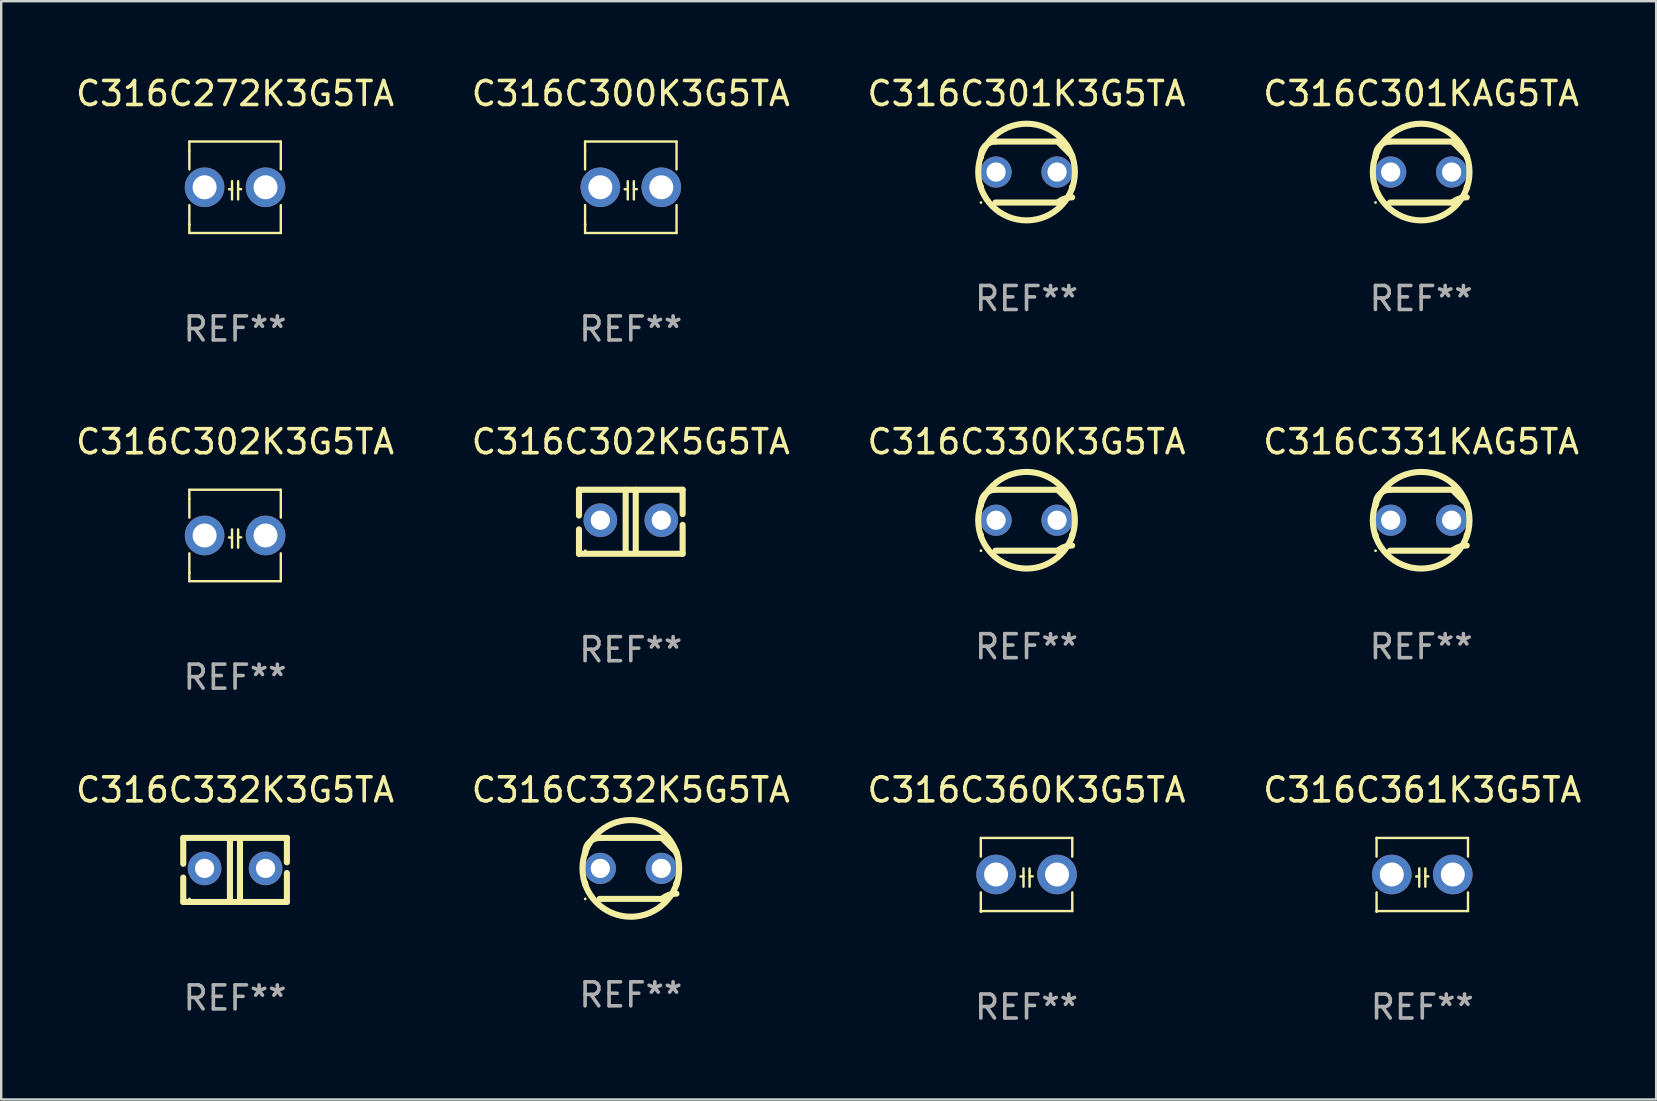
<source format=kicad_pcb>
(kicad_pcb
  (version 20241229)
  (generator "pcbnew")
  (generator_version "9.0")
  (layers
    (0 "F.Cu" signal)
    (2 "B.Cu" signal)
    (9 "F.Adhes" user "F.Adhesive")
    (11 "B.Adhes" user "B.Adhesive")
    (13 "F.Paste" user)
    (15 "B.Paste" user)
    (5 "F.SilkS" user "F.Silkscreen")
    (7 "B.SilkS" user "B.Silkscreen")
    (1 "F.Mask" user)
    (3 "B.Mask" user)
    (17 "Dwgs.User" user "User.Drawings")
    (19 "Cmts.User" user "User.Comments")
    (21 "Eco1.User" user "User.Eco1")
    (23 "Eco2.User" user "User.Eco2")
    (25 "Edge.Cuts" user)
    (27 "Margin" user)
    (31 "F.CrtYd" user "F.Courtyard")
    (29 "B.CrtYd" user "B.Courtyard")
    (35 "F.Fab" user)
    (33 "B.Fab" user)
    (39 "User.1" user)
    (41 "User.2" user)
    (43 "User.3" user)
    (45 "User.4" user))
  (footprint "C316C360K3G5TA"
    (layer "F.Cu")
    (at 39.72 33.385)
    (property "Reference" "C316C360K3G5TA" (at 0 -3.524 0) (layer "F.SilkS") (effects (font (size 1 1) (thickness 0.15))))
    (attr through_hole)
    (fp_line (start -1.905 -1.524) (end -1.905 -0.745) (stroke (width 0.1) (type solid)) (layer "F.SilkS"))
    (fp_line (start -1.905 0.745) (end -1.905 1.524) (stroke (width 0.1) (type solid)) (layer "F.SilkS"))
    (fp_line (start -1.905 1.524) (end 1.905 1.524) (stroke (width 0.1) (type solid)) (layer "F.SilkS"))
    (fp_line (start -0.127 -0.254) (end -0.127 0.508) (stroke (width 0.1) (type solid)) (layer "F.SilkS"))
    (fp_line (start -0.127 0.082) (end -0.254 0.082) (stroke (width 0.1) (type solid)) (layer "F.SilkS"))
    (fp_line (start 0.127 -0.127) (end 0.127 -0.254) (stroke (width 0.1) (type solid)) (layer "F.SilkS"))
    (fp_line (start 0.127 -0.127) (end 0.127 0.508) (stroke (width 0.1) (type solid)) (layer "F.SilkS"))
    (fp_line (start 0.127 0.077) (end 0.254 0.077) (stroke (width 0.1) (type solid)) (layer "F.SilkS"))
    (fp_line (start 1.905 -1.524) (end -1.905 -1.524) (stroke (width 0.1) (type solid)) (layer "F.SilkS"))
    (fp_line (start 1.905 -0.745) (end 1.905 -1.524) (stroke (width 0.1) (type solid)) (layer "F.SilkS"))
    (fp_line (start 1.905 1.524) (end 1.905 0.745) (stroke (width 0.1) (type solid)) (layer "F.SilkS"))
    (fp_circle (center -1.9 1.55) (end -1.87 1.55) (stroke (width 0.06) (type solid)) (fill no) (layer "F.SilkS"))
    (fp_text user "REF**" (at 0 5.524 0) (layer "F.Fab") (effects (font (size 1 1) (thickness 0.15))))
    (pad "1" thru_hole circle (at -1.27 0) (size 1.65 1.65) (drill 1) (layers "*.Cu" "*.Mask"))
    (pad "2" thru_hole circle (at 1.27 0) (size 1.65 1.65) (drill 1) (layers "*.Cu" "*.Mask")))
  (footprint "C316C302K5G5TA"
    (layer "F.Cu")
    (at 23.232 18.688)
    (property "Reference" "C316C302K5G5TA" (at 0 -3.334 0) (layer "F.SilkS") (effects (font (size 1 1) (thickness 0.15))))
    (attr through_hole)
    (fp_line (start -2.159 -1.334) (end 2.159 -1.334) (stroke (width 0.254) (type solid)) (layer "F.SilkS"))
    (fp_line (start -2.159 -0.256) (end -2.159 -1.334) (stroke (width 0.254) (type solid)) (layer "F.SilkS"))
    (fp_line (start -2.159 1.334) (end -2.159 0.318) (stroke (width 0.254) (type solid)) (layer "F.SilkS"))
    (fp_line (start -0.214 -1.334) (end -0.214 1.207) (stroke (width 0.254) (type solid)) (layer "F.SilkS"))
    (fp_line (start 0.205 -1.334) (end 0.205 1.207) (stroke (width 0.254) (type solid)) (layer "F.SilkS"))
    (fp_line (start 2.159 -1.334) (end 2.159 -0.318) (stroke (width 0.254) (type solid)) (layer "F.SilkS"))
    (fp_line (start 2.159 0.129) (end 2.159 1.334) (stroke (width 0.254) (type solid)) (layer "F.SilkS"))
    (fp_line (start 2.159 1.334) (end -2.159 1.334) (stroke (width 0.254) (type solid)) (layer "F.SilkS"))
    (fp_circle (center -1.9 1.207) (end -1.87 1.207) (stroke (width 0.06) (type solid)) (fill no) (layer "F.SilkS"))
    (fp_text user "REF**" (at 0 5.334 0) (layer "F.Fab") (effects (font (size 1 1) (thickness 0.15))))
    (pad "1" thru_hole circle (at -1.27 -0.064) (size 1.4 1.4) (drill 0.8) (layers "*.Cu" "*.Mask"))
    (pad "2" thru_hole circle (at 1.27 -0.064) (size 1.4 1.4) (drill 0.8) (layers "*.Cu" "*.Mask")))
  (footprint "C316C331KAG5TA"
    (layer "F.Cu")
    (at 56.161 18.625)
    (property "Reference" "C316C331KAG5TA" (at 0 -3.27 0) (layer "F.SilkS") (effects (font (size 1 1) (thickness 0.15))))
    (attr through_hole)
    (fp_line (start -1.9 -0.615) (end -1.9 -0.668) (stroke (width 0.254) (type solid)) (layer "F.SilkS"))
    (fp_line (start -1.9 0.668) (end -1.9 0.615) (stroke (width 0.254) (type solid)) (layer "F.SilkS"))
    (fp_line (start -1.298 1.27) (end 1.298 1.27) (stroke (width 0.254) (type solid)) (layer "F.SilkS"))
    (fp_line (start -1.298 -1.27) (end 1.298 -1.27) (stroke (width 0.254) (type solid)) (layer "F.SilkS"))
    (fp_line (start 1.9 -0.668) (end 1.9 -0.615) (stroke (width 0.254) (type solid)) (layer "F.SilkS"))
    (fp_line (start 1.9 0.615) (end 1.9 0.668) (stroke (width 0.254) (type solid)) (layer "F.SilkS"))
    (fp_arc (start -1.900025 0.667602) (mid 1.900003 -0.66758) (end -1.900025 0.667602) (stroke (width 0.254001) (type solid)) (layer "F.SilkS"))
    (fp_arc (start -1.9 -0.667602) (mid -1.723557 -1.093572) (end -1.297587 -1.270015) (stroke (width 0.254001) (type solid)) (layer "F.SilkS"))
    (fp_arc (start 1.297587 1.26999) (mid 1.579878 1.109027) (end 1.9 1.053172) (stroke (width 0.254001) (type solid)) (layer "F.SilkS"))
    (fp_arc (start 1.297611 -1.270042) (mid 1.598991 -0.969008) (end 1.900025 -0.667628) (stroke (width 0.254001) (type solid)) (layer "F.SilkS"))
    (fp_circle (center -1.9 1.27) (end -1.87 1.27) (stroke (width 0.06) (type solid)) (fill no) (layer "F.SilkS"))
    (fp_text user "REF**" (at 0 5.27 0) (layer "F.Fab") (effects (font (size 1 1) (thickness 0.15))))
    (pad "1" thru_hole circle (at -1.27 -0.000013) (size 1.3 1.3) (drill 0.8) (layers "*.Cu" "*.Mask"))
    (pad "2" thru_hole circle (at 1.27 -0.000013) (size 1.3 1.3) (drill 0.8) (layers "*.Cu" "*.Mask")))
  (footprint "C316C361K3G5TA"
    (layer "F.Cu")
    (at 56.208 33.385)
    (property "Reference" "C316C361K3G5TA" (at 0 -3.524 0) (layer "F.SilkS") (effects (font (size 1 1) (thickness 0.15))))
    (attr through_hole)
    (fp_line (start -1.905 -1.524) (end -1.905 -0.745) (stroke (width 0.1) (type solid)) (layer "F.SilkS"))
    (fp_line (start -1.905 0.745) (end -1.905 1.524) (stroke (width 0.1) (type solid)) (layer "F.SilkS"))
    (fp_line (start -1.905 1.524) (end 1.905 1.524) (stroke (width 0.1) (type solid)) (layer "F.SilkS"))
    (fp_line (start -0.127 -0.254) (end -0.127 0.508) (stroke (width 0.1) (type solid)) (layer "F.SilkS"))
    (fp_line (start -0.127 0.082) (end -0.254 0.082) (stroke (width 0.1) (type solid)) (layer "F.SilkS"))
    (fp_line (start 0.127 -0.127) (end 0.127 -0.254) (stroke (width 0.1) (type solid)) (layer "F.SilkS"))
    (fp_line (start 0.127 -0.127) (end 0.127 0.508) (stroke (width 0.1) (type solid)) (layer "F.SilkS"))
    (fp_line (start 0.127 0.077) (end 0.254 0.077) (stroke (width 0.1) (type solid)) (layer "F.SilkS"))
    (fp_line (start 1.905 -1.524) (end -1.905 -1.524) (stroke (width 0.1) (type solid)) (layer "F.SilkS"))
    (fp_line (start 1.905 -0.745) (end 1.905 -1.524) (stroke (width 0.1) (type solid)) (layer "F.SilkS"))
    (fp_line (start 1.905 1.524) (end 1.905 0.745) (stroke (width 0.1) (type solid)) (layer "F.SilkS"))
    (fp_circle (center -1.9 1.55) (end -1.87 1.55) (stroke (width 0.06) (type solid)) (fill no) (layer "F.SilkS"))
    (fp_text user "REF**" (at 0 5.524 0) (layer "F.Fab") (effects (font (size 1 1) (thickness 0.15))))
    (pad "1" thru_hole circle (at -1.27 0) (size 1.65 1.65) (drill 1) (layers "*.Cu" "*.Mask"))
    (pad "2" thru_hole circle (at 1.27 0) (size 1.65 1.65) (drill 1) (layers "*.Cu" "*.Mask")))
  (footprint "C316C332K3G5TA"
    (layer "F.Cu")
    (at 6.744 33.195)
    (property "Reference" "C316C332K3G5TA" (at 0 -3.334 0) (layer "F.SilkS") (effects (font (size 1 1) (thickness 0.15))))
    (attr through_hole)
    (fp_line (start -2.159 -1.334) (end 2.159 -1.334) (stroke (width 0.254) (type solid)) (layer "F.SilkS"))
    (fp_line (start -2.159 -0.256) (end -2.159 -1.334) (stroke (width 0.254) (type solid)) (layer "F.SilkS"))
    (fp_line (start -2.159 1.334) (end -2.159 0.318) (stroke (width 0.254) (type solid)) (layer "F.SilkS"))
    (fp_line (start -0.214 -1.334) (end -0.214 1.207) (stroke (width 0.254) (type solid)) (layer "F.SilkS"))
    (fp_line (start 0.205 -1.334) (end 0.205 1.207) (stroke (width 0.254) (type solid)) (layer "F.SilkS"))
    (fp_line (start 2.159 -1.334) (end 2.159 -0.318) (stroke (width 0.254) (type solid)) (layer "F.SilkS"))
    (fp_line (start 2.159 0.129) (end 2.159 1.334) (stroke (width 0.254) (type solid)) (layer "F.SilkS"))
    (fp_line (start 2.159 1.334) (end -2.159 1.334) (stroke (width 0.254) (type solid)) (layer "F.SilkS"))
    (fp_circle (center -1.9 1.207) (end -1.87 1.207) (stroke (width 0.06) (type solid)) (fill no) (layer "F.SilkS"))
    (fp_text user "REF**" (at 0 5.334 0) (layer "F.Fab") (effects (font (size 1 1) (thickness 0.15))))
    (pad "1" thru_hole circle (at -1.27 -0.064) (size 1.4 1.4) (drill 0.8) (layers "*.Cu" "*.Mask"))
    (pad "2" thru_hole circle (at 1.27 -0.064) (size 1.4 1.4) (drill 0.8) (layers "*.Cu" "*.Mask")))
  (footprint "C316C301K3G5TA"
    (layer "F.Cu")
    (at 39.72 4.118)
    (property "Reference" "C316C301K3G5TA" (at 0 -3.27 0) (layer "F.SilkS") (effects (font (size 1 1) (thickness 0.15))))
    (attr through_hole)
    (fp_line (start -1.9 -0.615) (end -1.9 -0.668) (stroke (width 0.254) (type solid)) (layer "F.SilkS"))
    (fp_line (start -1.9 0.668) (end -1.9 0.615) (stroke (width 0.254) (type solid)) (layer "F.SilkS"))
    (fp_line (start -1.298 1.27) (end 1.298 1.27) (stroke (width 0.254) (type solid)) (layer "F.SilkS"))
    (fp_line (start -1.298 -1.27) (end 1.298 -1.27) (stroke (width 0.254) (type solid)) (layer "F.SilkS"))
    (fp_line (start 1.9 -0.668) (end 1.9 -0.615) (stroke (width 0.254) (type solid)) (layer "F.SilkS"))
    (fp_line (start 1.9 0.615) (end 1.9 0.668) (stroke (width 0.254) (type solid)) (layer "F.SilkS"))
    (fp_arc (start -1.900025 0.667602) (mid 1.900003 -0.66758) (end -1.900025 0.667602) (stroke (width 0.254001) (type solid)) (layer "F.SilkS"))
    (fp_arc (start -1.9 -0.667602) (mid -1.723557 -1.093572) (end -1.297587 -1.270015) (stroke (width 0.254001) (type solid)) (layer "F.SilkS"))
    (fp_arc (start 1.297587 1.26999) (mid 1.579878 1.109027) (end 1.9 1.053172) (stroke (width 0.254001) (type solid)) (layer "F.SilkS"))
    (fp_arc (start 1.297611 -1.270042) (mid 1.598991 -0.969008) (end 1.900025 -0.667628) (stroke (width 0.254001) (type solid)) (layer "F.SilkS"))
    (fp_circle (center -1.9 1.27) (end -1.87 1.27) (stroke (width 0.06) (type solid)) (fill no) (layer "F.SilkS"))
    (fp_text user "REF**" (at 0 5.27 0) (layer "F.Fab") (effects (font (size 1 1) (thickness 0.15))))
    (pad "1" thru_hole circle (at -1.27 -0.000013) (size 1.3 1.3) (drill 0.8) (layers "*.Cu" "*.Mask"))
    (pad "2" thru_hole circle (at 1.27 -0.000013) (size 1.3 1.3) (drill 0.8) (layers "*.Cu" "*.Mask")))
  (footprint "C316C272K3G5TA"
    (layer "F.Cu")
    (at 6.744 4.753)
    (property "Reference" "C316C272K3G5TA" (at 0 -3.905 0) (layer "F.SilkS") (effects (font (size 1 1) (thickness 0.15))))
    (attr through_hole)
    (fp_line (start -1.905 -1.905) (end -1.905 -1.524) (stroke (width 0.1) (type solid)) (layer "F.SilkS"))
    (fp_line (start -1.905 -1.524) (end -1.905 -0.745) (stroke (width 0.1) (type solid)) (layer "F.SilkS"))
    (fp_line (start -1.905 0.744) (end -1.905 1.905) (stroke (width 0.1) (type solid)) (layer "F.SilkS"))
    (fp_line (start -1.905 1.905) (end 1.905 1.905) (stroke (width 0.1) (type solid)) (layer "F.SilkS"))
    (fp_line (start -0.127 -0.254) (end -0.127 0.508) (stroke (width 0.1) (type solid)) (layer "F.SilkS"))
    (fp_line (start -0.127 0.082) (end -0.254 0.082) (stroke (width 0.1) (type solid)) (layer "F.SilkS"))
    (fp_line (start 0.127 -0.127) (end 0.127 -0.254) (stroke (width 0.1) (type solid)) (layer "F.SilkS"))
    (fp_line (start 0.127 -0.127) (end 0.127 0.508) (stroke (width 0.1) (type solid)) (layer "F.SilkS"))
    (fp_line (start 0.127 0.077) (end 0.254 0.077) (stroke (width 0.1) (type solid)) (layer "F.SilkS"))
    (fp_line (start 1.905 -1.905) (end -1.905 -1.905) (stroke (width 0.1) (type solid)) (layer "F.SilkS"))
    (fp_line (start 1.905 -0.744) (end 1.905 -1.905) (stroke (width 0.1) (type solid)) (layer "F.SilkS"))
    (fp_line (start 1.905 1.905) (end 1.905 0.744) (stroke (width 0.1) (type solid)) (layer "F.SilkS"))
    (fp_circle (center -1.9 1.55) (end -1.87 1.55) (stroke (width 0.06) (type solid)) (fill no) (layer "F.SilkS"))
    (fp_text user "REF**" (at 0 5.905 0) (layer "F.Fab") (effects (font (size 1 1) (thickness 0.15))))
    (pad "1" thru_hole circle (at -1.27 0) (size 1.65 1.65) (drill 1) (layers "*.Cu" "*.Mask"))
    (pad "2" thru_hole circle (at 1.27 0) (size 1.65 1.65) (drill 1) (layers "*.Cu" "*.Mask")))
  (footprint "C316C302K3G5TA"
    (layer "F.Cu")
    (at 6.744 19.26)
    (property "Reference" "C316C302K3G5TA" (at 0 -3.905 0) (layer "F.SilkS") (effects (font (size 1 1) (thickness 0.15))))
    (attr through_hole)
    (fp_line (start -1.905 -1.905) (end -1.905 -1.524) (stroke (width 0.1) (type solid)) (layer "F.SilkS"))
    (fp_line (start -1.905 -1.524) (end -1.905 -0.745) (stroke (width 0.1) (type solid)) (layer "F.SilkS"))
    (fp_line (start -1.905 0.744) (end -1.905 1.905) (stroke (width 0.1) (type solid)) (layer "F.SilkS"))
    (fp_line (start -1.905 1.905) (end 1.905 1.905) (stroke (width 0.1) (type solid)) (layer "F.SilkS"))
    (fp_line (start -0.127 -0.254) (end -0.127 0.508) (stroke (width 0.1) (type solid)) (layer "F.SilkS"))
    (fp_line (start -0.127 0.082) (end -0.254 0.082) (stroke (width 0.1) (type solid)) (layer "F.SilkS"))
    (fp_line (start 0.127 -0.127) (end 0.127 -0.254) (stroke (width 0.1) (type solid)) (layer "F.SilkS"))
    (fp_line (start 0.127 -0.127) (end 0.127 0.508) (stroke (width 0.1) (type solid)) (layer "F.SilkS"))
    (fp_line (start 0.127 0.077) (end 0.254 0.077) (stroke (width 0.1) (type solid)) (layer "F.SilkS"))
    (fp_line (start 1.905 -1.905) (end -1.905 -1.905) (stroke (width 0.1) (type solid)) (layer "F.SilkS"))
    (fp_line (start 1.905 -0.744) (end 1.905 -1.905) (stroke (width 0.1) (type solid)) (layer "F.SilkS"))
    (fp_line (start 1.905 1.905) (end 1.905 0.744) (stroke (width 0.1) (type solid)) (layer "F.SilkS"))
    (fp_circle (center -1.9 1.55) (end -1.87 1.55) (stroke (width 0.06) (type solid)) (fill no) (layer "F.SilkS"))
    (fp_text user "REF**" (at 0 5.905 0) (layer "F.Fab") (effects (font (size 1 1) (thickness 0.15))))
    (pad "1" thru_hole circle (at -1.27 0) (size 1.65 1.65) (drill 1) (layers "*.Cu" "*.Mask"))
    (pad "2" thru_hole circle (at 1.27 0) (size 1.65 1.65) (drill 1) (layers "*.Cu" "*.Mask")))
  (footprint "C316C300K3G5TA"
    (layer "F.Cu")
    (at 23.232 4.753)
    (property "Reference" "C316C300K3G5TA" (at 0 -3.905 0) (layer "F.SilkS") (effects (font (size 1 1) (thickness 0.15))))
    (attr through_hole)
    (fp_line (start -1.905 -1.905) (end -1.905 -1.524) (stroke (width 0.1) (type solid)) (layer "F.SilkS"))
    (fp_line (start -1.905 -1.524) (end -1.905 -0.745) (stroke (width 0.1) (type solid)) (layer "F.SilkS"))
    (fp_line (start -1.905 0.744) (end -1.905 1.905) (stroke (width 0.1) (type solid)) (layer "F.SilkS"))
    (fp_line (start -1.905 1.905) (end 1.905 1.905) (stroke (width 0.1) (type solid)) (layer "F.SilkS"))
    (fp_line (start -0.127 -0.254) (end -0.127 0.508) (stroke (width 0.1) (type solid)) (layer "F.SilkS"))
    (fp_line (start -0.127 0.082) (end -0.254 0.082) (stroke (width 0.1) (type solid)) (layer "F.SilkS"))
    (fp_line (start 0.127 -0.127) (end 0.127 -0.254) (stroke (width 0.1) (type solid)) (layer "F.SilkS"))
    (fp_line (start 0.127 -0.127) (end 0.127 0.508) (stroke (width 0.1) (type solid)) (layer "F.SilkS"))
    (fp_line (start 0.127 0.077) (end 0.254 0.077) (stroke (width 0.1) (type solid)) (layer "F.SilkS"))
    (fp_line (start 1.905 -1.905) (end -1.905 -1.905) (stroke (width 0.1) (type solid)) (layer "F.SilkS"))
    (fp_line (start 1.905 -0.744) (end 1.905 -1.905) (stroke (width 0.1) (type solid)) (layer "F.SilkS"))
    (fp_line (start 1.905 1.905) (end 1.905 0.744) (stroke (width 0.1) (type solid)) (layer "F.SilkS"))
    (fp_circle (center -1.9 1.55) (end -1.87 1.55) (stroke (width 0.06) (type solid)) (fill no) (layer "F.SilkS"))
    (fp_text user "REF**" (at 0 5.905 0) (layer "F.Fab") (effects (font (size 1 1) (thickness 0.15))))
    (pad "1" thru_hole circle (at -1.27 0) (size 1.65 1.65) (drill 1) (layers "*.Cu" "*.Mask"))
    (pad "2" thru_hole circle (at 1.27 0) (size 1.65 1.65) (drill 1) (layers "*.Cu" "*.Mask")))
  (footprint "C316C332K5G5TA"
    (layer "F.Cu")
    (at 23.232 33.131)
    (property "Reference" "C316C332K5G5TA" (at 0 -3.27 0) (layer "F.SilkS") (effects (font (size 1 1) (thickness 0.15))))
    (attr through_hole)
    (fp_line (start -1.9 -0.615) (end -1.9 -0.668) (stroke (width 0.254) (type solid)) (layer "F.SilkS"))
    (fp_line (start -1.9 0.668) (end -1.9 0.615) (stroke (width 0.254) (type solid)) (layer "F.SilkS"))
    (fp_line (start -1.298 1.27) (end 1.298 1.27) (stroke (width 0.254) (type solid)) (layer "F.SilkS"))
    (fp_line (start -1.298 -1.27) (end 1.298 -1.27) (stroke (width 0.254) (type solid)) (layer "F.SilkS"))
    (fp_line (start 1.9 -0.668) (end 1.9 -0.615) (stroke (width 0.254) (type solid)) (layer "F.SilkS"))
    (fp_line (start 1.9 0.615) (end 1.9 0.668) (stroke (width 0.254) (type solid)) (layer "F.SilkS"))
    (fp_arc (start -1.900025 0.667602) (mid 1.900003 -0.66758) (end -1.900025 0.667602) (stroke (width 0.254001) (type solid)) (layer "F.SilkS"))
    (fp_arc (start -1.9 -0.667602) (mid -1.723557 -1.093572) (end -1.297587 -1.270015) (stroke (width 0.254001) (type solid)) (layer "F.SilkS"))
    (fp_arc (start 1.297587 1.26999) (mid 1.579878 1.109027) (end 1.9 1.053172) (stroke (width 0.254001) (type solid)) (layer "F.SilkS"))
    (fp_arc (start 1.297611 -1.270042) (mid 1.598991 -0.969008) (end 1.900025 -0.667628) (stroke (width 0.254001) (type solid)) (layer "F.SilkS"))
    (fp_circle (center -1.9 1.27) (end -1.87 1.27) (stroke (width 0.06) (type solid)) (fill no) (layer "F.SilkS"))
    (fp_text user "REF**" (at 0 5.27 0) (layer "F.Fab") (effects (font (size 1 1) (thickness 0.15))))
    (pad "1" thru_hole circle (at -1.27 -0.000013) (size 1.3 1.3) (drill 0.8) (layers "*.Cu" "*.Mask"))
    (pad "2" thru_hole circle (at 1.27 -0.000013) (size 1.3 1.3) (drill 0.8) (layers "*.Cu" "*.Mask")))
  (footprint "C316C301KAG5TA"
    (layer "F.Cu")
    (at 56.161 4.118)
    (property "Reference" "C316C301KAG5TA" (at 0 -3.27 0) (layer "F.SilkS") (effects (font (size 1 1) (thickness 0.15))))
    (attr through_hole)
    (fp_line (start -1.9 -0.615) (end -1.9 -0.668) (stroke (width 0.254) (type solid)) (layer "F.SilkS"))
    (fp_line (start -1.9 0.668) (end -1.9 0.615) (stroke (width 0.254) (type solid)) (layer "F.SilkS"))
    (fp_line (start -1.298 1.27) (end 1.298 1.27) (stroke (width 0.254) (type solid)) (layer "F.SilkS"))
    (fp_line (start -1.298 -1.27) (end 1.298 -1.27) (stroke (width 0.254) (type solid)) (layer "F.SilkS"))
    (fp_line (start 1.9 -0.668) (end 1.9 -0.615) (stroke (width 0.254) (type solid)) (layer "F.SilkS"))
    (fp_line (start 1.9 0.615) (end 1.9 0.668) (stroke (width 0.254) (type solid)) (layer "F.SilkS"))
    (fp_arc (start -1.900025 0.667602) (mid 1.900003 -0.66758) (end -1.900025 0.667602) (stroke (width 0.254001) (type solid)) (layer "F.SilkS"))
    (fp_arc (start -1.9 -0.667602) (mid -1.723557 -1.093572) (end -1.297587 -1.270015) (stroke (width 0.254001) (type solid)) (layer "F.SilkS"))
    (fp_arc (start 1.297587 1.26999) (mid 1.579878 1.109027) (end 1.9 1.053172) (stroke (width 0.254001) (type solid)) (layer "F.SilkS"))
    (fp_arc (start 1.297611 -1.270042) (mid 1.598991 -0.969008) (end 1.900025 -0.667628) (stroke (width 0.254001) (type solid)) (layer "F.SilkS"))
    (fp_circle (center -1.9 1.27) (end -1.87 1.27) (stroke (width 0.06) (type solid)) (fill no) (layer "F.SilkS"))
    (fp_text user "REF**" (at 0 5.27 0) (layer "F.Fab") (effects (font (size 1 1) (thickness 0.15))))
    (pad "1" thru_hole circle (at -1.27 -0.000013) (size 1.3 1.3) (drill 0.8) (layers "*.Cu" "*.Mask"))
    (pad "2" thru_hole circle (at 1.27 -0.000013) (size 1.3 1.3) (drill 0.8) (layers "*.Cu" "*.Mask")))
  (footprint "C316C330K3G5TA"
    (layer "F.Cu")
    (at 39.72 18.625)
    (property "Reference" "C316C330K3G5TA" (at 0 -3.27 0) (layer "F.SilkS") (effects (font (size 1 1) (thickness 0.15))))
    (attr through_hole)
    (fp_line (start -1.9 -0.615) (end -1.9 -0.668) (stroke (width 0.254) (type solid)) (layer "F.SilkS"))
    (fp_line (start -1.9 0.668) (end -1.9 0.615) (stroke (width 0.254) (type solid)) (layer "F.SilkS"))
    (fp_line (start -1.298 1.27) (end 1.298 1.27) (stroke (width 0.254) (type solid)) (layer "F.SilkS"))
    (fp_line (start -1.298 -1.27) (end 1.298 -1.27) (stroke (width 0.254) (type solid)) (layer "F.SilkS"))
    (fp_line (start 1.9 -0.668) (end 1.9 -0.615) (stroke (width 0.254) (type solid)) (layer "F.SilkS"))
    (fp_line (start 1.9 0.615) (end 1.9 0.668) (stroke (width 0.254) (type solid)) (layer "F.SilkS"))
    (fp_arc (start -1.900025 0.667602) (mid 1.900003 -0.66758) (end -1.900025 0.667602) (stroke (width 0.254001) (type solid)) (layer "F.SilkS"))
    (fp_arc (start -1.9 -0.667602) (mid -1.723557 -1.093572) (end -1.297587 -1.270015) (stroke (width 0.254001) (type solid)) (layer "F.SilkS"))
    (fp_arc (start 1.297587 1.26999) (mid 1.579878 1.109027) (end 1.9 1.053172) (stroke (width 0.254001) (type solid)) (layer "F.SilkS"))
    (fp_arc (start 1.297611 -1.270042) (mid 1.598991 -0.969008) (end 1.900025 -0.667628) (stroke (width 0.254001) (type solid)) (layer "F.SilkS"))
    (fp_circle (center -1.9 1.27) (end -1.87 1.27) (stroke (width 0.06) (type solid)) (fill no) (layer "F.SilkS"))
    (fp_text user "REF**" (at 0 5.27 0) (layer "F.Fab") (effects (font (size 1 1) (thickness 0.15))))
    (pad "1" thru_hole circle (at -1.27 -0.000013) (size 1.3 1.3) (drill 0.8) (layers "*.Cu" "*.Mask"))
    (pad "2" thru_hole circle (at 1.27 -0.000013) (size 1.3 1.3) (drill 0.8) (layers "*.Cu" "*.Mask")))
  (gr_rect
    (start -3 -3)
    (end 65.952 42.758)
    (stroke (width 0.1) (type default))
    (fill no)
    (layer "Edge.Cuts")))
</source>
